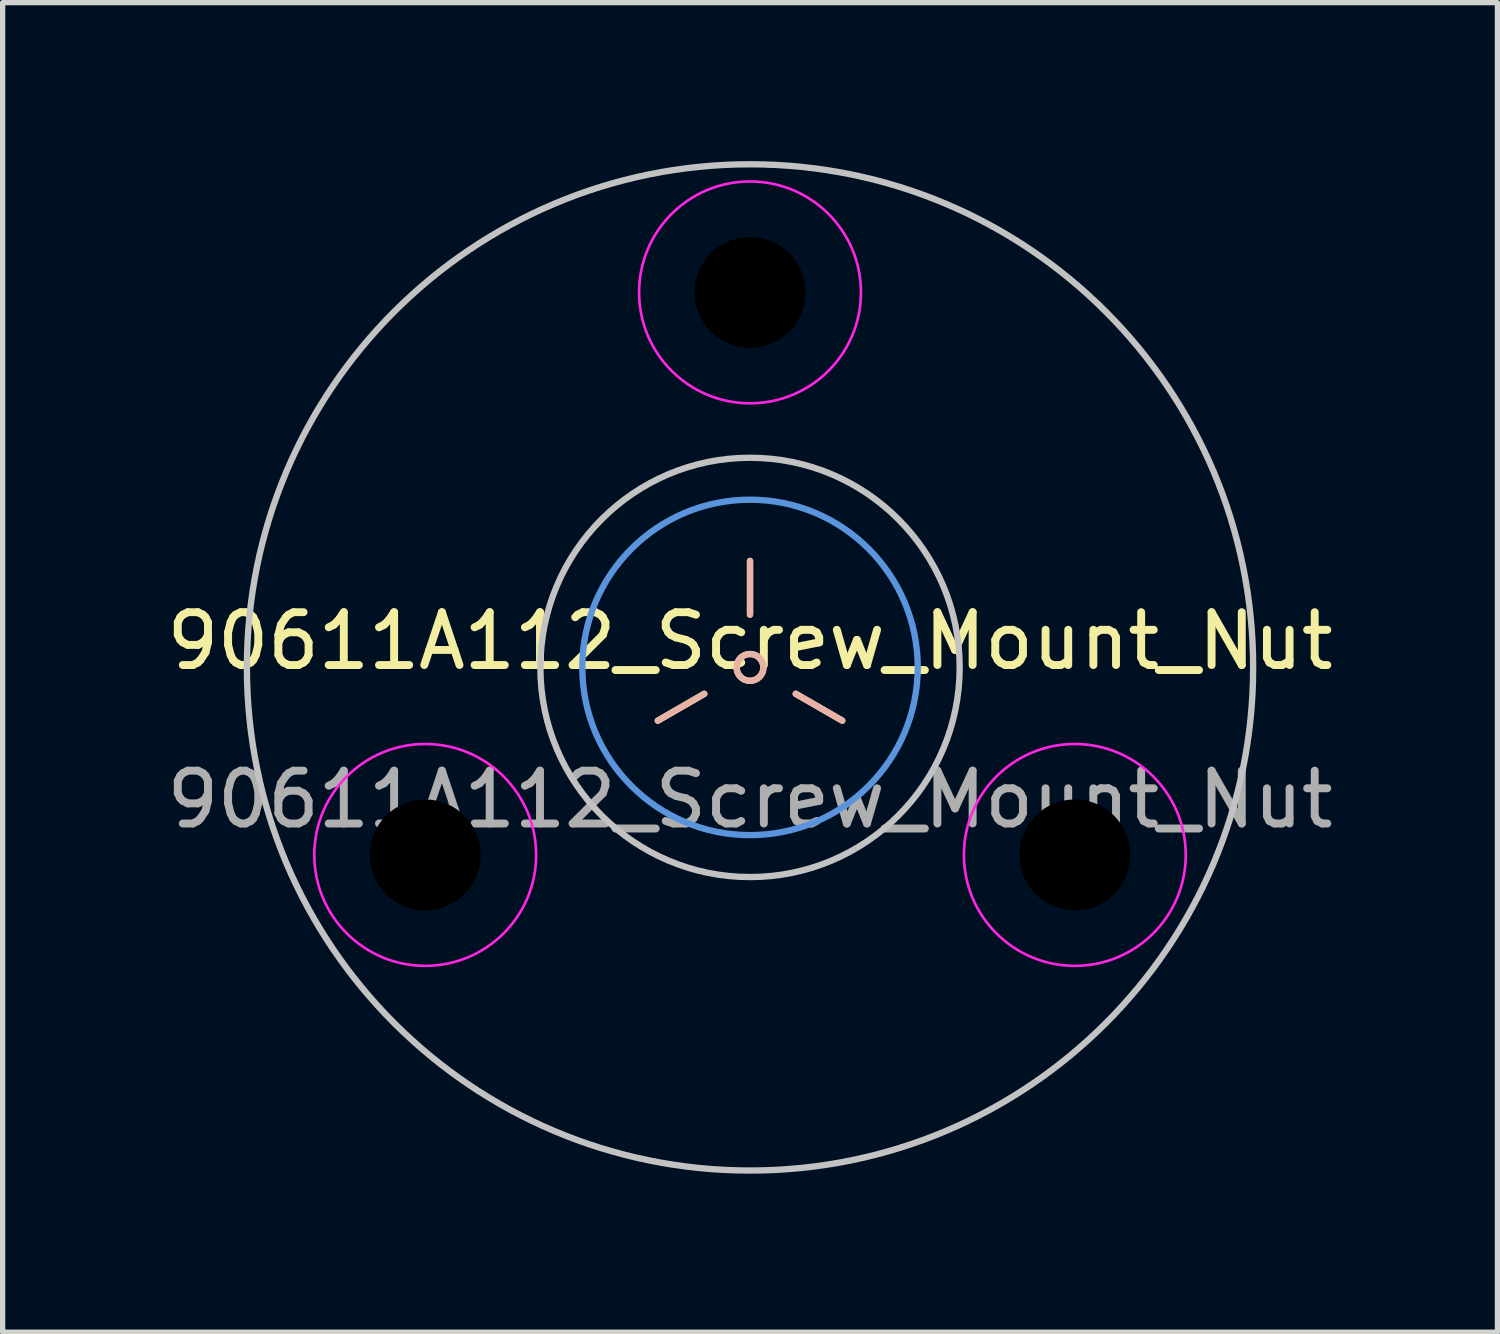
<source format=kicad_pcb>
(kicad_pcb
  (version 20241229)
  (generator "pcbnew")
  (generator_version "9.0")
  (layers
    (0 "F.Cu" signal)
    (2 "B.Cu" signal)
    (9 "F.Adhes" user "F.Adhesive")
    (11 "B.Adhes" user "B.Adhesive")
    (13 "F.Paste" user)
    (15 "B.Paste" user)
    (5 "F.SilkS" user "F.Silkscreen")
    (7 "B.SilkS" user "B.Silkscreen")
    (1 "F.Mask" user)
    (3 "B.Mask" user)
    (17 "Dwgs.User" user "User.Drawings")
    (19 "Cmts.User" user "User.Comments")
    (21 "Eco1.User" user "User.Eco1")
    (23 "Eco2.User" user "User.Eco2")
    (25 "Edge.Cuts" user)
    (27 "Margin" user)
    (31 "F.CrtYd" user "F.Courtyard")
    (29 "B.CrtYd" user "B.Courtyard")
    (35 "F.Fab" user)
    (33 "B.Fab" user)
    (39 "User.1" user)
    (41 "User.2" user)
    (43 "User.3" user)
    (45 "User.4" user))
  (footprint "90611A112_Screw_Mount_Nut"
    (layer "F.Cu")
    (at 11.149 9.585)
    (property "Reference" "90611A112_Screw_Mount_Nut" (at 0 -0.5 0) (unlocked yes) (layer "F.SilkS") (effects (font (size 1 1) (thickness 0.15))))
    (fp_line (start -0.866 0.5) (end -1.746 1.008) (stroke (width 0.12) (type solid)) (layer "F.SilkS"))
    (fp_line (start 0 -2.016) (end 0 -1) (stroke (width 0.12) (type solid)) (layer "F.SilkS"))
    (fp_line (start 0.866 0.5) (end 1.746 1.008) (stroke (width 0.12) (type solid)) (layer "F.SilkS"))
    (fp_circle (center 0 0) (end 0.254 0) (stroke (width 0.12) (type solid)) (fill no) (layer "F.SilkS"))
    (fp_line (start -0.866 0.5) (end -1.746 1.008) (stroke (width 0.12) (type solid)) (layer "B.SilkS"))
    (fp_line (start 0 -2.016) (end 0 -1) (stroke (width 0.12) (type solid)) (layer "B.SilkS"))
    (fp_line (start 0.866 0.5) (end 1.746 1.008) (stroke (width 0.12) (type solid)) (layer "B.SilkS"))
    (fp_circle (center 0 0) (end 0.254 0) (stroke (width 0.12) (type solid)) (fill no) (layer "B.SilkS"))
    (fp_circle (center 0 0) (end 3.969 0) (stroke (width 0.12) (type solid)) (fill no) (layer "Dwgs.User"))
    (fp_circle (center 0 0) (end 9.525 0) (stroke (width 0.12) (type solid)) (fill no) (layer "Dwgs.User"))
    (fp_circle (center 0 0) (end 3.175 0) (stroke (width 0.12) (type solid)) (fill no) (layer "Cmts.User"))
    (fp_circle (center -6.149 3.55) (end -4.049 3.55) (stroke (width 0.05) (type solid)) (fill no) (layer "F.CrtYd"))
    (fp_circle (center 0 -7.1) (end 2.1 -7.1) (stroke (width 0.05) (type solid)) (fill no) (layer "F.CrtYd"))
    (fp_circle (center 6.149 3.55) (end 8.249 3.55) (stroke (width 0.05) (type solid)) (fill no) (layer "F.CrtYd"))
    (fp_text user "${REFERENCE}" (at 0 2.5 0) (unlocked yes) (layer "F.Fab") (effects (font (size 1 1) (thickness 0.15))))
    (pad "" np_thru_hole circle (at -6.149 3.55) (size 4 4) (drill 2.1) (layers "*.Mask"))
    (pad "" np_thru_hole circle (at 0 -7.1) (size 4 4) (drill 2.1) (layers "*.Mask"))
    (pad "" np_thru_hole circle (at 6.149 3.55) (size 4 4) (drill 2.1) (layers "*.Mask")))
  (gr_rect
    (start -3 -3)
    (end 25.298 22.17)
    (stroke (width 0.1) (type default))
    (fill no)
    (layer "Edge.Cuts")))
</source>
